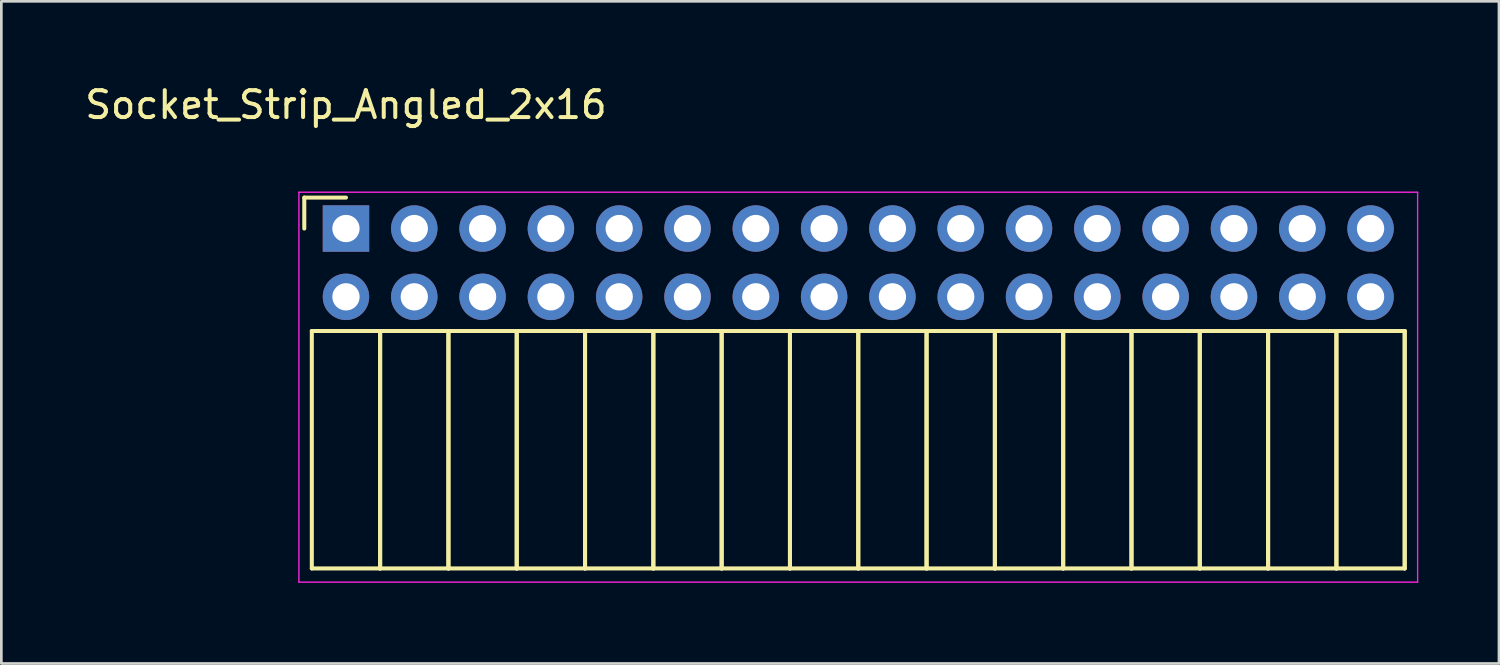
<source format=kicad_pcb>
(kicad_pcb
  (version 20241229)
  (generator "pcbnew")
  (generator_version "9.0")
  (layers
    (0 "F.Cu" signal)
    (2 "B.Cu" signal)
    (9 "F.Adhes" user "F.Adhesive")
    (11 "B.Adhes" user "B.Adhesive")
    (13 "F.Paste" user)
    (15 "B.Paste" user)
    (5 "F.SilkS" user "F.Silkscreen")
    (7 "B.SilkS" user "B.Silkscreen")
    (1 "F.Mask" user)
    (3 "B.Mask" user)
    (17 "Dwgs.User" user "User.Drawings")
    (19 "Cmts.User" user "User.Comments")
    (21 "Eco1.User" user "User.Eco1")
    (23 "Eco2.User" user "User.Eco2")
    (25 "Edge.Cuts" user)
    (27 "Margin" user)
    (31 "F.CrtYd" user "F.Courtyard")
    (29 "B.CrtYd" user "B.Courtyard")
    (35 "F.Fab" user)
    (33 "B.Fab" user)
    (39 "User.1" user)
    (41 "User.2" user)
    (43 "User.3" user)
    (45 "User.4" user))
  (footprint "Socket_Strip_Angled_2x16"
    (layer "F.Cu")
    (at 9.815 5.448)
    (property "Reference" "Socket_Strip_Angled_2x16" (at 0 -4.6 0) (layer "F.SilkS") (effects (font (size 1 1) (thickness 0.15))))
    (attr through_hole)
    (fp_line (start -1.55 -1.15) (end -1.55 0) (stroke (width 0.15) (type solid)) (layer "F.SilkS"))
    (fp_line (start -1.27 3.81) (end -1.27 12.64) (stroke (width 0.15) (type solid)) (layer "F.SilkS"))
    (fp_line (start -1.27 3.81) (end 1.27 3.81) (stroke (width 0.15) (type solid)) (layer "F.SilkS"))
    (fp_line (start -1.27 12.64) (end 1.27 12.64) (stroke (width 0.15) (type solid)) (layer "F.SilkS"))
    (fp_line (start 0 -1.15) (end -1.55 -1.15) (stroke (width 0.15) (type solid)) (layer "F.SilkS"))
    (fp_line (start 1.27 3.81) (end 1.27 12.64) (stroke (width 0.15) (type solid)) (layer "F.SilkS"))
    (fp_line (start 1.27 3.81) (end 3.81 3.81) (stroke (width 0.15) (type solid)) (layer "F.SilkS"))
    (fp_line (start 1.27 12.64) (end 1.27 3.81) (stroke (width 0.15) (type solid)) (layer "F.SilkS"))
    (fp_line (start 1.27 12.64) (end 3.81 12.64) (stroke (width 0.15) (type solid)) (layer "F.SilkS"))
    (fp_line (start 3.81 3.81) (end 3.81 12.64) (stroke (width 0.15) (type solid)) (layer "F.SilkS"))
    (fp_line (start 3.81 3.81) (end 6.35 3.81) (stroke (width 0.15) (type solid)) (layer "F.SilkS"))
    (fp_line (start 3.81 12.64) (end 3.81 3.81) (stroke (width 0.15) (type solid)) (layer "F.SilkS"))
    (fp_line (start 3.81 12.64) (end 6.35 12.64) (stroke (width 0.15) (type solid)) (layer "F.SilkS"))
    (fp_line (start 6.35 3.81) (end 6.35 12.64) (stroke (width 0.15) (type solid)) (layer "F.SilkS"))
    (fp_line (start 6.35 3.81) (end 8.89 3.81) (stroke (width 0.15) (type solid)) (layer "F.SilkS"))
    (fp_line (start 6.35 12.64) (end 6.35 3.81) (stroke (width 0.15) (type solid)) (layer "F.SilkS"))
    (fp_line (start 6.35 12.64) (end 8.89 12.64) (stroke (width 0.15) (type solid)) (layer "F.SilkS"))
    (fp_line (start 8.89 3.81) (end 8.89 12.64) (stroke (width 0.15) (type solid)) (layer "F.SilkS"))
    (fp_line (start 8.89 3.81) (end 11.43 3.81) (stroke (width 0.15) (type solid)) (layer "F.SilkS"))
    (fp_line (start 8.89 12.64) (end 8.89 3.81) (stroke (width 0.15) (type solid)) (layer "F.SilkS"))
    (fp_line (start 8.89 12.64) (end 11.43 12.64) (stroke (width 0.15) (type solid)) (layer "F.SilkS"))
    (fp_line (start 11.43 3.81) (end 11.43 12.64) (stroke (width 0.15) (type solid)) (layer "F.SilkS"))
    (fp_line (start 11.43 3.81) (end 13.97 3.81) (stroke (width 0.15) (type solid)) (layer "F.SilkS"))
    (fp_line (start 11.43 12.64) (end 11.43 3.81) (stroke (width 0.15) (type solid)) (layer "F.SilkS"))
    (fp_line (start 11.43 12.64) (end 13.97 12.64) (stroke (width 0.15) (type solid)) (layer "F.SilkS"))
    (fp_line (start 13.97 3.81) (end 13.97 12.64) (stroke (width 0.15) (type solid)) (layer "F.SilkS"))
    (fp_line (start 13.97 3.81) (end 16.51 3.81) (stroke (width 0.15) (type solid)) (layer "F.SilkS"))
    (fp_line (start 13.97 12.64) (end 13.97 3.81) (stroke (width 0.15) (type solid)) (layer "F.SilkS"))
    (fp_line (start 13.97 12.64) (end 16.51 12.64) (stroke (width 0.15) (type solid)) (layer "F.SilkS"))
    (fp_line (start 16.51 3.81) (end 16.51 12.64) (stroke (width 0.15) (type solid)) (layer "F.SilkS"))
    (fp_line (start 16.51 3.81) (end 19.05 3.81) (stroke (width 0.15) (type solid)) (layer "F.SilkS"))
    (fp_line (start 16.51 12.64) (end 16.51 3.81) (stroke (width 0.15) (type solid)) (layer "F.SilkS"))
    (fp_line (start 16.51 12.64) (end 19.05 12.64) (stroke (width 0.15) (type solid)) (layer "F.SilkS"))
    (fp_line (start 19.05 3.81) (end 19.05 12.64) (stroke (width 0.15) (type solid)) (layer "F.SilkS"))
    (fp_line (start 19.05 3.81) (end 21.59 3.81) (stroke (width 0.15) (type solid)) (layer "F.SilkS"))
    (fp_line (start 19.05 12.64) (end 19.05 3.81) (stroke (width 0.15) (type solid)) (layer "F.SilkS"))
    (fp_line (start 19.05 12.64) (end 21.59 12.64) (stroke (width 0.15) (type solid)) (layer "F.SilkS"))
    (fp_line (start 21.59 3.81) (end 21.59 12.64) (stroke (width 0.15) (type solid)) (layer "F.SilkS"))
    (fp_line (start 21.59 3.81) (end 24.13 3.81) (stroke (width 0.15) (type solid)) (layer "F.SilkS"))
    (fp_line (start 21.59 12.64) (end 21.59 3.81) (stroke (width 0.15) (type solid)) (layer "F.SilkS"))
    (fp_line (start 21.59 12.64) (end 24.13 12.64) (stroke (width 0.15) (type solid)) (layer "F.SilkS"))
    (fp_line (start 24.13 3.81) (end 24.13 12.64) (stroke (width 0.15) (type solid)) (layer "F.SilkS"))
    (fp_line (start 24.13 3.81) (end 26.67 3.81) (stroke (width 0.15) (type solid)) (layer "F.SilkS"))
    (fp_line (start 24.13 12.64) (end 24.13 3.81) (stroke (width 0.15) (type solid)) (layer "F.SilkS"))
    (fp_line (start 24.13 12.64) (end 26.67 12.64) (stroke (width 0.15) (type solid)) (layer "F.SilkS"))
    (fp_line (start 26.67 3.81) (end 26.67 12.64) (stroke (width 0.15) (type solid)) (layer "F.SilkS"))
    (fp_line (start 26.67 3.81) (end 29.21 3.81) (stroke (width 0.15) (type solid)) (layer "F.SilkS"))
    (fp_line (start 26.67 12.64) (end 26.67 3.81) (stroke (width 0.15) (type solid)) (layer "F.SilkS"))
    (fp_line (start 26.67 12.64) (end 29.21 12.64) (stroke (width 0.15) (type solid)) (layer "F.SilkS"))
    (fp_line (start 29.21 3.81) (end 29.21 12.64) (stroke (width 0.15) (type solid)) (layer "F.SilkS"))
    (fp_line (start 29.21 3.81) (end 31.75 3.81) (stroke (width 0.15) (type solid)) (layer "F.SilkS"))
    (fp_line (start 29.21 12.64) (end 29.21 3.81) (stroke (width 0.15) (type solid)) (layer "F.SilkS"))
    (fp_line (start 29.21 12.64) (end 31.75 12.64) (stroke (width 0.15) (type solid)) (layer "F.SilkS"))
    (fp_line (start 31.75 3.81) (end 31.75 12.64) (stroke (width 0.15) (type solid)) (layer "F.SilkS"))
    (fp_line (start 31.75 3.81) (end 34.29 3.81) (stroke (width 0.15) (type solid)) (layer "F.SilkS"))
    (fp_line (start 31.75 12.64) (end 31.75 3.81) (stroke (width 0.15) (type solid)) (layer "F.SilkS"))
    (fp_line (start 31.75 12.64) (end 34.29 12.64) (stroke (width 0.15) (type solid)) (layer "F.SilkS"))
    (fp_line (start 34.29 3.81) (end 34.29 12.64) (stroke (width 0.15) (type solid)) (layer "F.SilkS"))
    (fp_line (start 34.29 3.81) (end 36.83 3.81) (stroke (width 0.15) (type solid)) (layer "F.SilkS"))
    (fp_line (start 34.29 12.64) (end 34.29 3.81) (stroke (width 0.15) (type solid)) (layer "F.SilkS"))
    (fp_line (start 34.29 12.64) (end 36.83 12.64) (stroke (width 0.15) (type solid)) (layer "F.SilkS"))
    (fp_line (start 36.83 3.81) (end 36.83 12.64) (stroke (width 0.15) (type solid)) (layer "F.SilkS"))
    (fp_line (start 36.83 3.81) (end 39.37 3.81) (stroke (width 0.15) (type solid)) (layer "F.SilkS"))
    (fp_line (start 36.83 12.64) (end 36.83 3.81) (stroke (width 0.15) (type solid)) (layer "F.SilkS"))
    (fp_line (start 36.83 12.64) (end 39.37 12.64) (stroke (width 0.15) (type solid)) (layer "F.SilkS"))
    (fp_line (start 39.37 3.81) (end 39.37 12.64) (stroke (width 0.15) (type solid)) (layer "F.SilkS"))
    (fp_line (start 39.37 12.64) (end 39.37 3.81) (stroke (width 0.15) (type solid)) (layer "F.SilkS"))
    (fp_line (start -1.75 -1.35) (end -1.75 13.15) (stroke (width 0.05) (type solid)) (layer "F.CrtYd"))
    (fp_line (start -1.75 -1.35) (end 39.85 -1.35) (stroke (width 0.05) (type solid)) (layer "F.CrtYd"))
    (fp_line (start -1.75 13.15) (end 39.85 13.15) (stroke (width 0.05) (type solid)) (layer "F.CrtYd"))
    (fp_line (start 39.85 -1.35) (end 39.85 13.15) (stroke (width 0.05) (type solid)) (layer "F.CrtYd"))
    (pad "1" thru_hole rect (at 0 0) (size 1.727 1.727) (drill 1.016) (layers "*.Cu" "*.Mask"))
    (pad "2" thru_hole oval (at 0 2.54) (size 1.727 1.727) (drill 1.016) (layers "*.Cu" "*.Mask"))
    (pad "3" thru_hole oval (at 2.54 0) (size 1.727 1.727) (drill 1.016) (layers "*.Cu" "*.Mask"))
    (pad "4" thru_hole oval (at 2.54 2.54) (size 1.727 1.727) (drill 1.016) (layers "*.Cu" "*.Mask"))
    (pad "5" thru_hole oval (at 5.08 0) (size 1.727 1.727) (drill 1.016) (layers "*.Cu" "*.Mask"))
    (pad "6" thru_hole oval (at 5.08 2.54) (size 1.727 1.727) (drill 1.016) (layers "*.Cu" "*.Mask"))
    (pad "7" thru_hole oval (at 7.62 0) (size 1.727 1.727) (drill 1.016) (layers "*.Cu" "*.Mask"))
    (pad "8" thru_hole oval (at 7.62 2.54) (size 1.727 1.727) (drill 1.016) (layers "*.Cu" "*.Mask"))
    (pad "9" thru_hole oval (at 10.16 0) (size 1.727 1.727) (drill 1.016) (layers "*.Cu" "*.Mask"))
    (pad "10" thru_hole oval (at 10.16 2.54) (size 1.727 1.727) (drill 1.016) (layers "*.Cu" "*.Mask"))
    (pad "11" thru_hole oval (at 12.7 0) (size 1.727 1.727) (drill 1.016) (layers "*.Cu" "*.Mask"))
    (pad "12" thru_hole oval (at 12.7 2.54) (size 1.727 1.727) (drill 1.016) (layers "*.Cu" "*.Mask"))
    (pad "13" thru_hole oval (at 15.24 0) (size 1.727 1.727) (drill 1.016) (layers "*.Cu" "*.Mask"))
    (pad "14" thru_hole oval (at 15.24 2.54) (size 1.727 1.727) (drill 1.016) (layers "*.Cu" "*.Mask"))
    (pad "15" thru_hole oval (at 17.78 0) (size 1.727 1.727) (drill 1.016) (layers "*.Cu" "*.Mask"))
    (pad "16" thru_hole oval (at 17.78 2.54) (size 1.727 1.727) (drill 1.016) (layers "*.Cu" "*.Mask"))
    (pad "17" thru_hole oval (at 20.32 0) (size 1.727 1.727) (drill 1.016) (layers "*.Cu" "*.Mask"))
    (pad "18" thru_hole oval (at 20.32 2.54) (size 1.727 1.727) (drill 1.016) (layers "*.Cu" "*.Mask"))
    (pad "19" thru_hole oval (at 22.86 0) (size 1.727 1.727) (drill 1.016) (layers "*.Cu" "*.Mask"))
    (pad "20" thru_hole oval (at 22.86 2.54) (size 1.727 1.727) (drill 1.016) (layers "*.Cu" "*.Mask"))
    (pad "21" thru_hole oval (at 25.4 0) (size 1.727 1.727) (drill 1.016) (layers "*.Cu" "*.Mask"))
    (pad "22" thru_hole oval (at 25.4 2.54) (size 1.727 1.727) (drill 1.016) (layers "*.Cu" "*.Mask"))
    (pad "23" thru_hole oval (at 27.94 0) (size 1.727 1.727) (drill 1.016) (layers "*.Cu" "*.Mask"))
    (pad "24" thru_hole oval (at 27.94 2.54) (size 1.727 1.727) (drill 1.016) (layers "*.Cu" "*.Mask"))
    (pad "25" thru_hole oval (at 30.48 0) (size 1.727 1.727) (drill 1.016) (layers "*.Cu" "*.Mask"))
    (pad "26" thru_hole oval (at 30.48 2.54) (size 1.727 1.727) (drill 1.016) (layers "*.Cu" "*.Mask"))
    (pad "27" thru_hole oval (at 33.02 0) (size 1.727 1.727) (drill 1.016) (layers "*.Cu" "*.Mask"))
    (pad "28" thru_hole oval (at 33.02 2.54) (size 1.727 1.727) (drill 1.016) (layers "*.Cu" "*.Mask"))
    (pad "29" thru_hole oval (at 35.56 0) (size 1.727 1.727) (drill 1.016) (layers "*.Cu" "*.Mask"))
    (pad "30" thru_hole oval (at 35.56 2.54) (size 1.727 1.727) (drill 1.016) (layers "*.Cu" "*.Mask"))
    (pad "31" thru_hole oval (at 38.1 0) (size 1.727 1.727) (drill 1.016) (layers "*.Cu" "*.Mask"))
    (pad "32" thru_hole oval (at 38.1 2.54) (size 1.727 1.727) (drill 1.016) (layers "*.Cu" "*.Mask")))
  (gr_rect
    (start -3 -3)
    (end 52.69 21.623)
    (stroke (width 0.1) (type default))
    (fill no)
    (layer "Edge.Cuts")))
</source>
